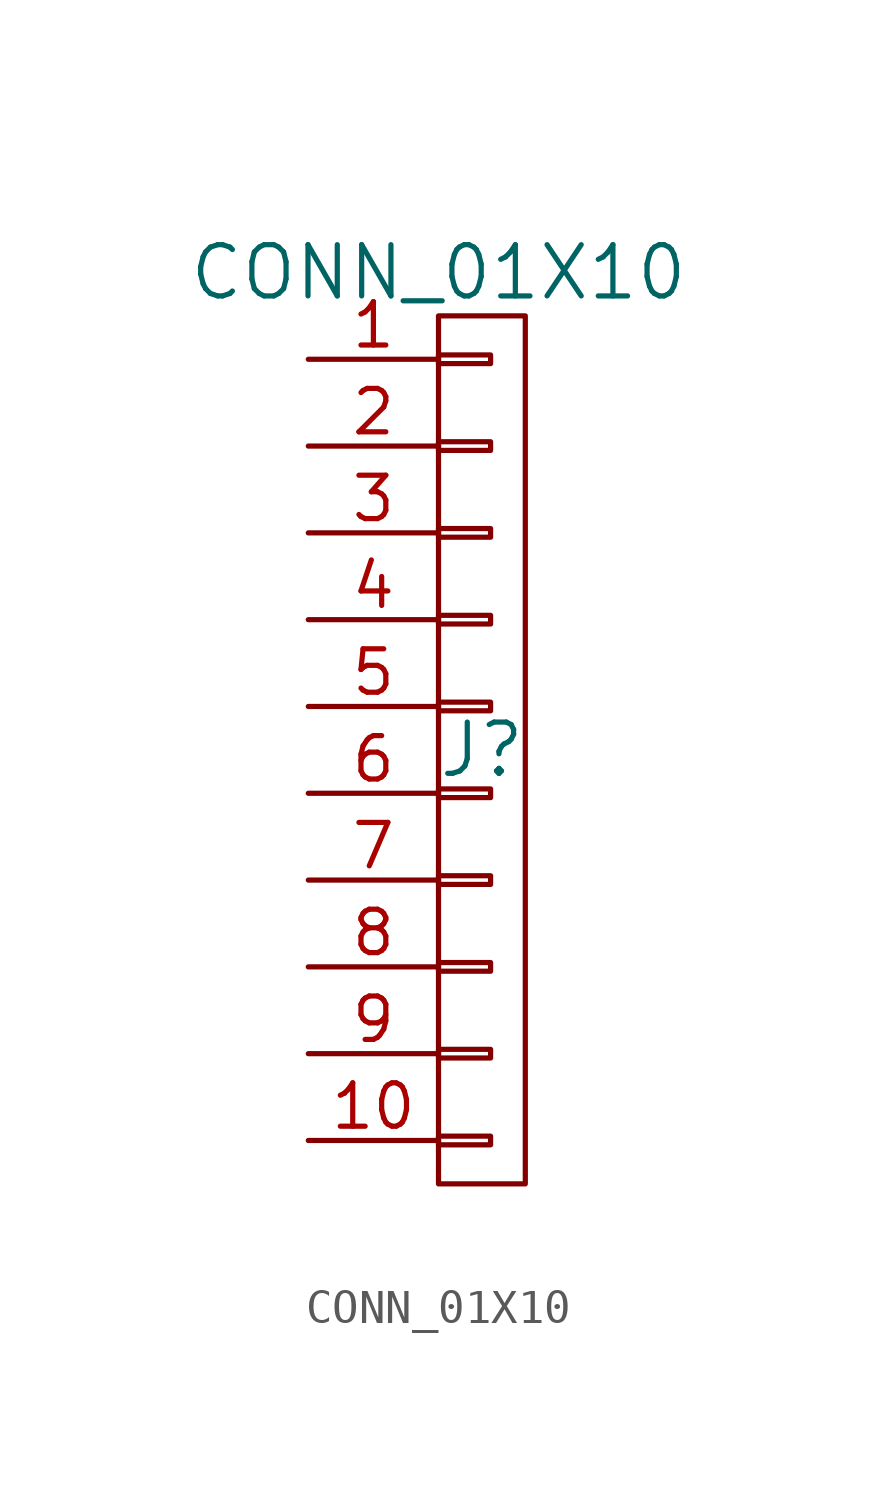
<source format=kicad_sym>
(kicad_symbol_lib
  (version 20211014)
  (generator kicad_symbol_editor)
  (symbol "CONN_01X10"
    (pin_names
      (offset 1.016))
    (property "Reference" "J"
      (at 0 0 0)
      (effects (font (size 1.499 1.499))))
    (property "Value" "CONN_01X10"
      (at -1.27 13.97 0)
      (effects (font (size 1.499 1.499))))
    (symbol "CONN_01X10_1_1"
      (rectangle (start -1.27 -12.7) (end 1.27 12.7) (stroke (width 0) (type default) (color 0 0 0 0)) (fill (type none)))
      (rectangle (start -1.27 -11.303) (end 0.254 -11.557) (stroke (width 0) (type default) (color 0 0 0 0)) (fill (type none)))
      (rectangle (start -1.27 -8.763) (end 0.254 -9.017) (stroke (width 0) (type default) (color 0 0 0 0)) (fill (type none)))
      (rectangle (start -1.27 -6.223) (end 0.254 -6.477) (stroke (width 0) (type default) (color 0 0 0 0)) (fill (type none)))
      (rectangle (start -1.27 -3.683) (end 0.254 -3.937) (stroke (width 0) (type default) (color 0 0 0 0)) (fill (type none)))
      (rectangle (start -1.27 -1.143) (end 0.254 -1.397) (stroke (width 0) (type default) (color 0 0 0 0)) (fill (type none)))
      (rectangle (start -1.27 1.397) (end 0.254 1.143) (stroke (width 0) (type default) (color 0 0 0 0)) (fill (type none)))
      (rectangle (start -1.27 3.937) (end 0.254 3.683) (stroke (width 0) (type default) (color 0 0 0 0)) (fill (type none)))
      (rectangle (start -1.27 6.477) (end 0.254 6.223) (stroke (width 0) (type default) (color 0 0 0 0)) (fill (type none)))
      (rectangle (start -1.27 9.017) (end 0.254 8.763) (stroke (width 0) (type default) (color 0 0 0 0)) (fill (type none)))
      (rectangle (start -1.27 11.557) (end 0.254 11.303) (stroke (width 0) (type default) (color 0 0 0 0)) (fill (type none)))
      (pin passive line (at -5.08 11.43 0) (length 3.81) (name "~" (effects (font (size 1.27 1.27)))) (number "1" (effects (font (size 1.27 1.27)))))
      (pin passive line (at -5.08 -11.43 0) (length 3.81) (name "~" (effects (font (size 1.27 1.27)))) (number "10" (effects (font (size 1.27 1.27)))))
      (pin passive line (at -5.08 8.89 0) (length 3.81) (name "~" (effects (font (size 1.27 1.27)))) (number "2" (effects (font (size 1.27 1.27)))))
      (pin passive line (at -5.08 6.35 0) (length 3.81) (name "~" (effects (font (size 1.27 1.27)))) (number "3" (effects (font (size 1.27 1.27)))))
      (pin passive line (at -5.08 3.81 0) (length 3.81) (name "~" (effects (font (size 1.27 1.27)))) (number "4" (effects (font (size 1.27 1.27)))))
      (pin passive line (at -5.08 1.27 0) (length 3.81) (name "~" (effects (font (size 1.27 1.27)))) (number "5" (effects (font (size 1.27 1.27)))))
      (pin passive line (at -5.08 -1.27 0) (length 3.81) (name "~" (effects (font (size 1.27 1.27)))) (number "6" (effects (font (size 1.27 1.27)))))
      (pin passive line (at -5.08 -3.81 0) (length 3.81) (name "~" (effects (font (size 1.27 1.27)))) (number "7" (effects (font (size 1.27 1.27)))))
      (pin passive line (at -5.08 -6.35 0) (length 3.81) (name "~" (effects (font (size 1.27 1.27)))) (number "8" (effects (font (size 1.27 1.27)))))
      (pin passive line (at -5.08 -8.89 0) (length 3.81) (name "~" (effects (font (size 1.27 1.27)))) (number "9" (effects (font (size 1.27 1.27))))))))
</source>
